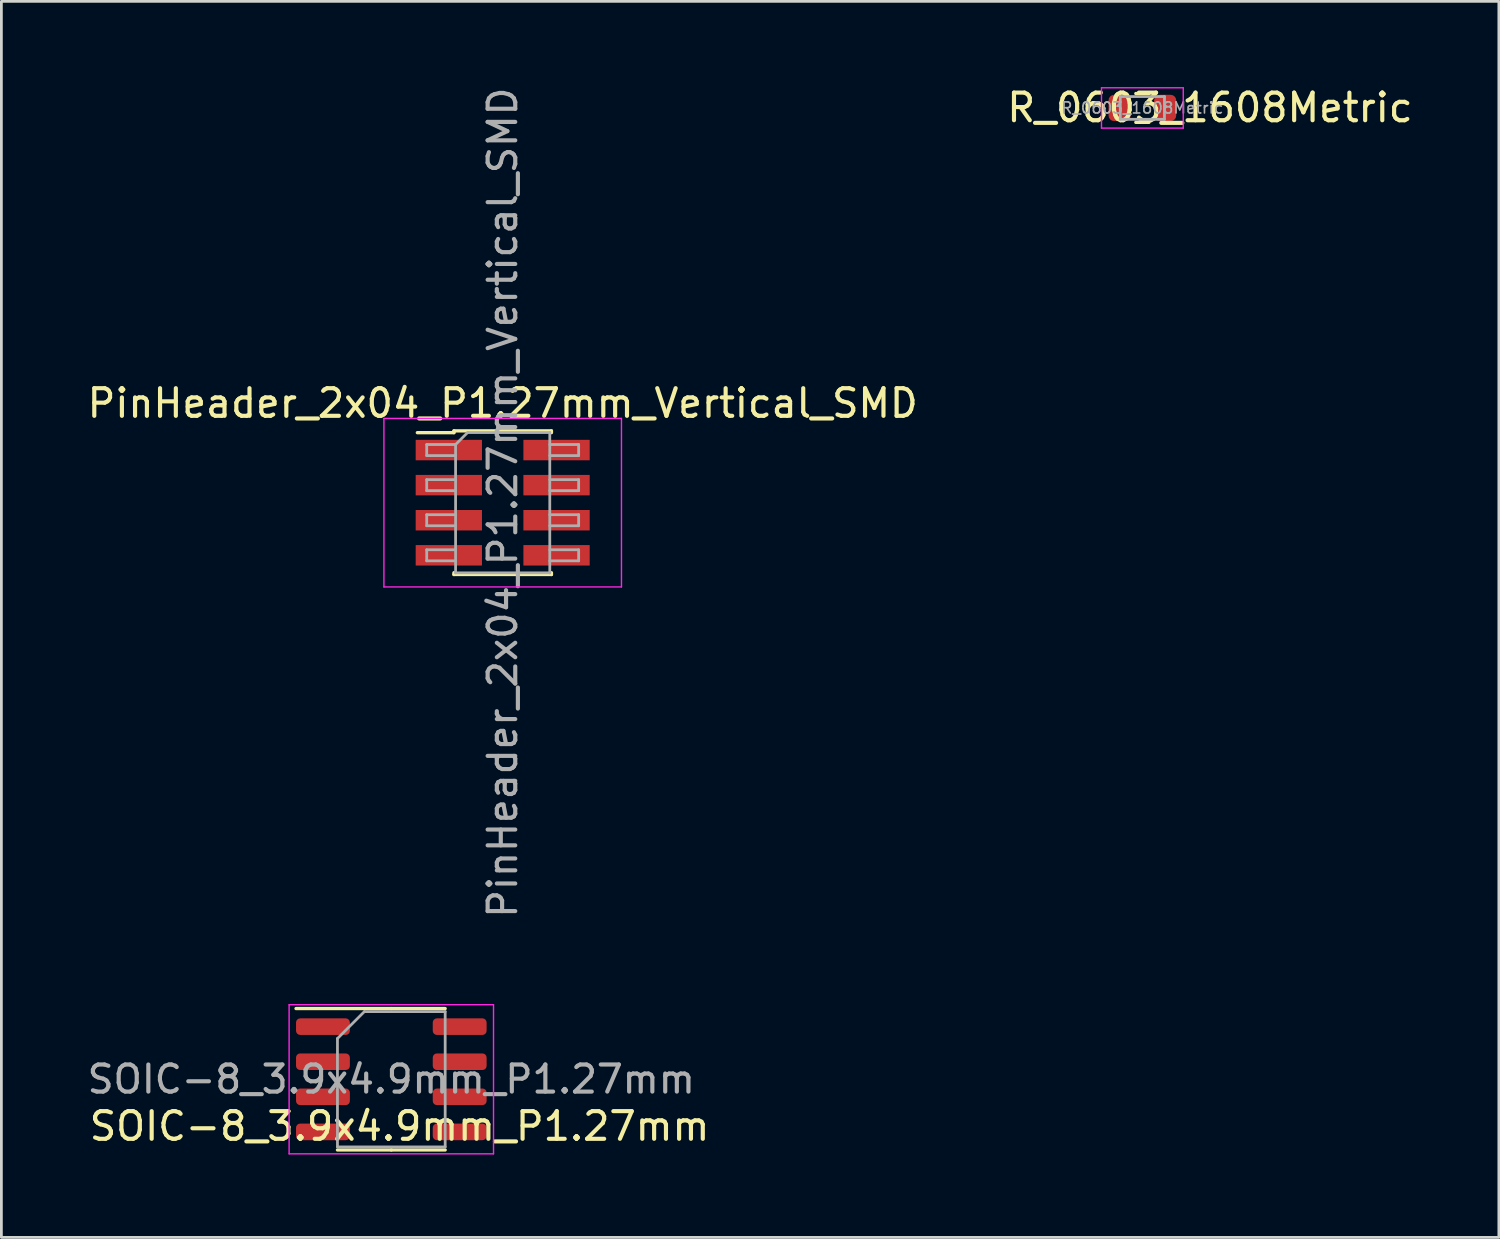
<source format=kicad_pcb>
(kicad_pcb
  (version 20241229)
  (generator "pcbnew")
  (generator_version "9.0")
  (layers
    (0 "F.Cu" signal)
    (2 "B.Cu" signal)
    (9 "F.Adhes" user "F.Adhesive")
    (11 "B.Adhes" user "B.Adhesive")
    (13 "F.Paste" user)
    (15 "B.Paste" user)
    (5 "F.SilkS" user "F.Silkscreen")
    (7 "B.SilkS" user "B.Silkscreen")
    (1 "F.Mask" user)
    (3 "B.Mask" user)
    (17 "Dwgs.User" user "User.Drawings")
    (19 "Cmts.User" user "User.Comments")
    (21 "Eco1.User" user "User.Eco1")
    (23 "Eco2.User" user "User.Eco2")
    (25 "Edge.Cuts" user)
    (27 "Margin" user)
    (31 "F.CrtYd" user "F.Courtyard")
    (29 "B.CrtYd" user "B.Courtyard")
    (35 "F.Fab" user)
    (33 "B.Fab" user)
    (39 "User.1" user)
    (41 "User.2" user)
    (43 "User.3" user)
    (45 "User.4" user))
  (footprint "R_0603_1608Metric"
    (layer "F.Cu")
    (at 38.308 0.858)
    (property "Reference" "R_0603_1608Metric" (at 2.447 -0.01 0) (layer "F.SilkS") (effects (font (size 1 1) (thickness 0.15))))
    (attr smd)
    (fp_line (start -0.237 -0.522) (end 0.237 -0.522) (stroke (width 0.12) (type solid)) (layer "F.SilkS"))
    (fp_line (start -0.237 0.522) (end 0.237 0.522) (stroke (width 0.12) (type solid)) (layer "F.SilkS"))
    (fp_line (start -1.48 -0.73) (end 1.48 -0.73) (stroke (width 0.05) (type solid)) (layer "F.CrtYd"))
    (fp_line (start -1.48 0.73) (end -1.48 -0.73) (stroke (width 0.05) (type solid)) (layer "F.CrtYd"))
    (fp_line (start 1.48 -0.73) (end 1.48 0.73) (stroke (width 0.05) (type solid)) (layer "F.CrtYd"))
    (fp_line (start 1.48 0.73) (end -1.48 0.73) (stroke (width 0.05) (type solid)) (layer "F.CrtYd"))
    (fp_line (start -0.8 -0.412) (end 0.8 -0.412) (stroke (width 0.1) (type solid)) (layer "F.Fab"))
    (fp_line (start -0.8 0.412) (end -0.8 -0.412) (stroke (width 0.1) (type solid)) (layer "F.Fab"))
    (fp_line (start 0.8 -0.412) (end 0.8 0.412) (stroke (width 0.1) (type solid)) (layer "F.Fab"))
    (fp_line (start 0.8 0.412) (end -0.8 0.412) (stroke (width 0.1) (type solid)) (layer "F.Fab"))
    (fp_text user "${REFERENCE}" (at 0 0 0) (layer "F.Fab") (effects (font (size 0.4 0.4) (thickness 0.06))))
    (pad "1" smd roundrect (at -0.825 0) (size 0.8 0.95) (layers "F.Cu" "F.Mask" "F.Paste") (roundrect_rratio 0.25))
    (pad "2" smd roundrect (at 0.825 0) (size 0.8 0.95) (layers "F.Cu" "F.Mask" "F.Paste") (roundrect_rratio 0.25)))
  (footprint "SOIC-8_3.9x4.9mm_P1.27mm"
    (layer "F.Cu")
    (at 11.117 36.023)
    (property "Reference" "SOIC-8_3.9x4.9mm_P1.27mm" (at 0.3 1.7 180) (layer "F.SilkS") (effects (font (size 1 1) (thickness 0.15))))
    (attr smd)
    (fp_line (start 0 -2.56) (end -3.45 -2.56) (stroke (width 0.12) (type solid)) (layer "F.SilkS"))
    (fp_line (start 0 -2.56) (end 1.95 -2.56) (stroke (width 0.12) (type solid)) (layer "F.SilkS"))
    (fp_line (start 0 2.56) (end -1.95 2.56) (stroke (width 0.12) (type solid)) (layer "F.SilkS"))
    (fp_line (start 0 2.56) (end 1.95 2.56) (stroke (width 0.12) (type solid)) (layer "F.SilkS"))
    (fp_line (start -3.7 -2.7) (end -3.7 2.7) (stroke (width 0.05) (type solid)) (layer "F.CrtYd"))
    (fp_line (start -3.7 2.7) (end 3.7 2.7) (stroke (width 0.05) (type solid)) (layer "F.CrtYd"))
    (fp_line (start 3.7 -2.7) (end -3.7 -2.7) (stroke (width 0.05) (type solid)) (layer "F.CrtYd"))
    (fp_line (start 3.7 2.7) (end 3.7 -2.7) (stroke (width 0.05) (type solid)) (layer "F.CrtYd"))
    (fp_line (start -1.95 -1.475) (end -0.975 -2.45) (stroke (width 0.1) (type solid)) (layer "F.Fab"))
    (fp_line (start -1.95 2.45) (end -1.95 -1.475) (stroke (width 0.1) (type solid)) (layer "F.Fab"))
    (fp_line (start -0.975 -2.45) (end 1.95 -2.45) (stroke (width 0.1) (type solid)) (layer "F.Fab"))
    (fp_line (start 1.95 -2.45) (end 1.95 2.45) (stroke (width 0.1) (type solid)) (layer "F.Fab"))
    (fp_line (start 1.95 2.45) (end -1.95 2.45) (stroke (width 0.1) (type solid)) (layer "F.Fab"))
    (fp_text user "${REFERENCE}" (at 0 0 180) (layer "F.Fab") (effects (font (size 0.98 0.98) (thickness 0.15))))
    (pad "1" smd roundrect (at -2.475 -1.905) (size 1.95 0.6) (layers "F.Cu" "F.Mask" "F.Paste") (roundrect_rratio 0.25))
    (pad "2" smd roundrect (at -2.475 -0.635) (size 1.95 0.6) (layers "F.Cu" "F.Mask" "F.Paste") (roundrect_rratio 0.25))
    (pad "3" smd roundrect (at -2.475 0.635) (size 1.95 0.6) (layers "F.Cu" "F.Mask" "F.Paste") (roundrect_rratio 0.25))
    (pad "4" smd roundrect (at -2.475 1.905) (size 1.95 0.6) (layers "F.Cu" "F.Mask" "F.Paste") (roundrect_rratio 0.25))
    (pad "5" smd roundrect (at 2.475 1.905) (size 1.95 0.6) (layers "F.Cu" "F.Mask" "F.Paste") (roundrect_rratio 0.25))
    (pad "6" smd roundrect (at 2.475 0.635) (size 1.95 0.6) (layers "F.Cu" "F.Mask" "F.Paste") (roundrect_rratio 0.25))
    (pad "7" smd roundrect (at 2.475 -0.635) (size 1.95 0.6) (layers "F.Cu" "F.Mask" "F.Paste") (roundrect_rratio 0.25))
    (pad "8" smd roundrect (at 2.475 -1.905) (size 1.95 0.6) (layers "F.Cu" "F.Mask" "F.Paste") (roundrect_rratio 0.25)))
  (footprint "PinHeader_2x04_P1.27mm_Vertical_SMD"
    (layer "F.Cu")
    (at 15.149 15.149)
    (property "Reference" "PinHeader_2x04_P1.27mm_Vertical_SMD" (at 0 -3.6 0) (layer "F.SilkS") (effects (font (size 1 1) (thickness 0.15))))
    (attr smd)
    (fp_line (start -3.09 -2.535) (end -1.765 -2.535) (stroke (width 0.12) (type solid)) (layer "F.SilkS"))
    (fp_line (start -1.765 -2.6) (end -1.765 -2.535) (stroke (width 0.12) (type solid)) (layer "F.SilkS"))
    (fp_line (start -1.765 -2.6) (end 1.765 -2.6) (stroke (width 0.12) (type solid)) (layer "F.SilkS"))
    (fp_line (start -1.765 2.535) (end -1.765 2.6) (stroke (width 0.12) (type solid)) (layer "F.SilkS"))
    (fp_line (start -1.765 2.6) (end 1.765 2.6) (stroke (width 0.12) (type solid)) (layer "F.SilkS"))
    (fp_line (start 1.765 -2.6) (end 1.765 -2.535) (stroke (width 0.12) (type solid)) (layer "F.SilkS"))
    (fp_line (start 1.765 2.535) (end 1.765 2.6) (stroke (width 0.12) (type solid)) (layer "F.SilkS"))
    (fp_line (start -4.3 -3.05) (end -4.3 3.05) (stroke (width 0.05) (type solid)) (layer "F.CrtYd"))
    (fp_line (start -4.3 3.05) (end 4.3 3.05) (stroke (width 0.05) (type solid)) (layer "F.CrtYd"))
    (fp_line (start 4.3 -3.05) (end -4.3 -3.05) (stroke (width 0.05) (type solid)) (layer "F.CrtYd"))
    (fp_line (start 4.3 3.05) (end 4.3 -3.05) (stroke (width 0.05) (type solid)) (layer "F.CrtYd"))
    (fp_line (start -2.75 -2.105) (end -2.75 -1.705) (stroke (width 0.1) (type solid)) (layer "F.Fab"))
    (fp_line (start -2.75 -1.705) (end -1.705 -1.705) (stroke (width 0.1) (type solid)) (layer "F.Fab"))
    (fp_line (start -2.75 -0.835) (end -2.75 -0.435) (stroke (width 0.1) (type solid)) (layer "F.Fab"))
    (fp_line (start -2.75 -0.435) (end -1.705 -0.435) (stroke (width 0.1) (type solid)) (layer "F.Fab"))
    (fp_line (start -2.75 0.435) (end -2.75 0.835) (stroke (width 0.1) (type solid)) (layer "F.Fab"))
    (fp_line (start -2.75 0.835) (end -1.705 0.835) (stroke (width 0.1) (type solid)) (layer "F.Fab"))
    (fp_line (start -2.75 1.705) (end -2.75 2.105) (stroke (width 0.1) (type solid)) (layer "F.Fab"))
    (fp_line (start -2.75 2.105) (end -1.705 2.105) (stroke (width 0.1) (type solid)) (layer "F.Fab"))
    (fp_line (start -1.705 -2.105) (end -2.75 -2.105) (stroke (width 0.1) (type solid)) (layer "F.Fab"))
    (fp_line (start -1.705 -2.105) (end -1.27 -2.54) (stroke (width 0.1) (type solid)) (layer "F.Fab"))
    (fp_line (start -1.705 -0.835) (end -2.75 -0.835) (stroke (width 0.1) (type solid)) (layer "F.Fab"))
    (fp_line (start -1.705 0.435) (end -2.75 0.435) (stroke (width 0.1) (type solid)) (layer "F.Fab"))
    (fp_line (start -1.705 1.705) (end -2.75 1.705) (stroke (width 0.1) (type solid)) (layer "F.Fab"))
    (fp_line (start -1.705 2.54) (end -1.705 -2.105) (stroke (width 0.1) (type solid)) (layer "F.Fab"))
    (fp_line (start -1.27 -2.54) (end 1.705 -2.54) (stroke (width 0.1) (type solid)) (layer "F.Fab"))
    (fp_line (start 1.705 -2.54) (end 1.705 2.54) (stroke (width 0.1) (type solid)) (layer "F.Fab"))
    (fp_line (start 1.705 -2.105) (end 2.75 -2.105) (stroke (width 0.1) (type solid)) (layer "F.Fab"))
    (fp_line (start 1.705 -0.835) (end 2.75 -0.835) (stroke (width 0.1) (type solid)) (layer "F.Fab"))
    (fp_line (start 1.705 0.435) (end 2.75 0.435) (stroke (width 0.1) (type solid)) (layer "F.Fab"))
    (fp_line (start 1.705 1.705) (end 2.75 1.705) (stroke (width 0.1) (type solid)) (layer "F.Fab"))
    (fp_line (start 1.705 2.54) (end -1.705 2.54) (stroke (width 0.1) (type solid)) (layer "F.Fab"))
    (fp_line (start 2.75 -2.105) (end 2.75 -1.705) (stroke (width 0.1) (type solid)) (layer "F.Fab"))
    (fp_line (start 2.75 -1.705) (end 1.705 -1.705) (stroke (width 0.1) (type solid)) (layer "F.Fab"))
    (fp_line (start 2.75 -0.835) (end 2.75 -0.435) (stroke (width 0.1) (type solid)) (layer "F.Fab"))
    (fp_line (start 2.75 -0.435) (end 1.705 -0.435) (stroke (width 0.1) (type solid)) (layer "F.Fab"))
    (fp_line (start 2.75 0.435) (end 2.75 0.835) (stroke (width 0.1) (type solid)) (layer "F.Fab"))
    (fp_line (start 2.75 0.835) (end 1.705 0.835) (stroke (width 0.1) (type solid)) (layer "F.Fab"))
    (fp_line (start 2.75 1.705) (end 2.75 2.105) (stroke (width 0.1) (type solid)) (layer "F.Fab"))
    (fp_line (start 2.75 2.105) (end 1.705 2.105) (stroke (width 0.1) (type solid)) (layer "F.Fab"))
    (fp_text user "${REFERENCE}" (at 0 0 90) (layer "F.Fab") (effects (font (size 1 1) (thickness 0.15))))
    (pad "1" smd rect (at -1.95 -1.905 180) (size 2.4 0.74) (layers "F.Cu" "F.Mask" "F.Paste"))
    (pad "2" smd rect (at 1.95 -1.905 180) (size 2.4 0.74) (layers "F.Cu" "F.Mask" "F.Paste"))
    (pad "3" smd rect (at -1.95 -0.635 180) (size 2.4 0.74) (layers "F.Cu" "F.Mask" "F.Paste"))
    (pad "4" smd rect (at 1.95 -0.635 180) (size 2.4 0.74) (layers "F.Cu" "F.Mask" "F.Paste"))
    (pad "5" smd rect (at -1.95 0.635 180) (size 2.4 0.74) (layers "F.Cu" "F.Mask" "F.Paste"))
    (pad "6" smd rect (at 1.95 0.635 180) (size 2.4 0.74) (layers "F.Cu" "F.Mask" "F.Paste"))
    (pad "7" smd rect (at -1.95 1.905 180) (size 2.4 0.74) (layers "F.Cu" "F.Mask" "F.Paste"))
    (pad "8" smd rect (at 1.95 1.905 180) (size 2.4 0.74) (layers "F.Cu" "F.Mask" "F.Paste")))
  (gr_rect
    (start -3 -3)
    (end 51.214 41.748)
    (stroke (width 0.1) (type default))
    (fill no)
    (layer "Edge.Cuts")))
</source>
